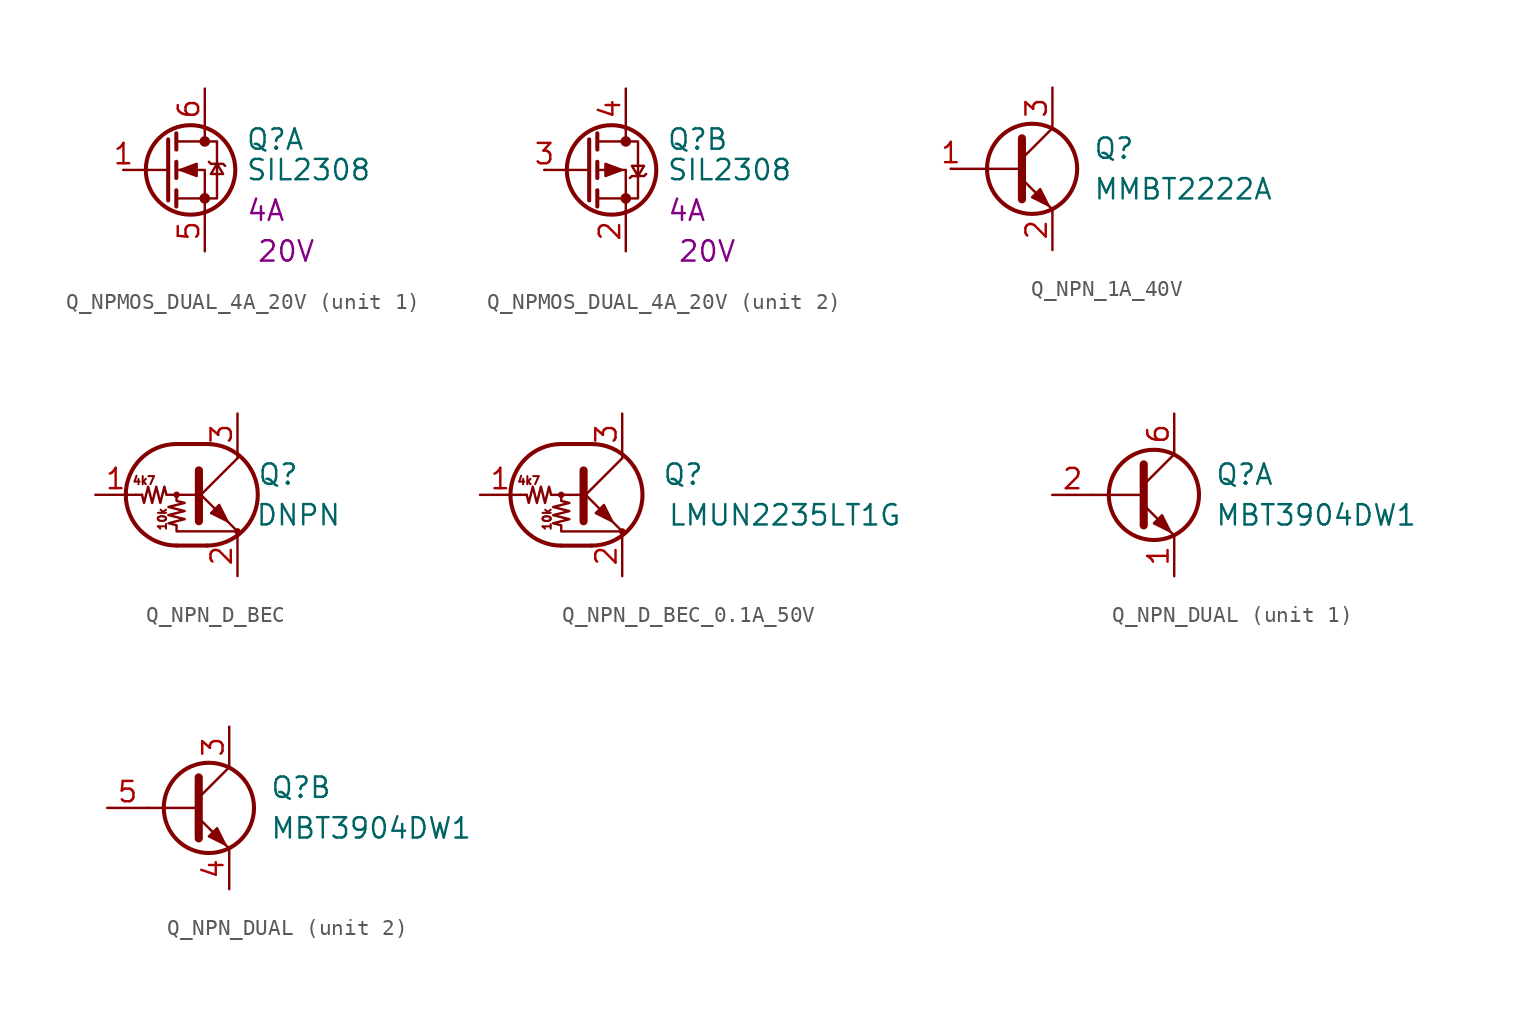
<source format=kicad_sym>
(kicad_symbol_lib
  (version 20231120)
  (generator "kicad_symbol_editor")
  (generator_version "8.0")
  (symbol "Q_NPMOS_DUAL_4A_20V"
    (pin_names hide)
    (property "Reference" "Q"
      (at 5.08 1.905 0)
      (effects (font (size 1.27 1.27)) (justify left)))
    (property "Value" "SIL2308"
      (at 5.08 0 0)
      (effects (font (size 1.27 1.27)) (justify left)))
    (property "IMax" "4A"
      (at 6.35 -2.54 0)
      (effects (font (size 1.27 1.27))))
    (property "VMax" "20V"
      (at 7.62 -5.08 0)
      (effects (font (size 1.27 1.27))))
    (symbol "Q_NPMOS_DUAL_4A_20V_0_1"
      (polyline (pts (xy 0.254 0) (xy -2.54 0)) (stroke (width 0) (type default)) (fill (type none)))
      (polyline (pts (xy 0.254 1.905) (xy 0.254 -1.905)) (stroke (width 0.254) (type default)) (fill (type none)))
      (polyline (pts (xy 0.762 -1.27) (xy 0.762 -2.286)) (stroke (width 0.254) (type default)) (fill (type none)))
      (polyline (pts (xy 0.762 0.508) (xy 0.762 -0.508)) (stroke (width 0.254) (type default)) (fill (type none)))
      (polyline (pts (xy 0.762 2.286) (xy 0.762 1.27)) (stroke (width 0.254) (type default)) (fill (type none)))
      (polyline (pts (xy 2.54 2.54) (xy 2.54 1.778)) (stroke (width 0) (type default)) (fill (type none)))
      (polyline (pts (xy 2.54 -2.54) (xy 2.54 0) (xy 0.762 0)) (stroke (width 0) (type default)) (fill (type none)))
      (polyline (pts (xy 0.762 -1.778) (xy 3.302 -1.778) (xy 3.302 1.778) (xy 0.762 1.778)) (stroke (width 0) (type default)) (fill (type none)))
      (circle (center 1.651 0) (radius 2.794) (stroke (width 0.254) (type default)) (fill (type none)))
      (circle (center 2.54 -1.778) (radius 0.254) (stroke (width 0) (type default)) (fill (type outline)))
      (circle (center 2.54 1.778) (radius 0.254) (stroke (width 0) (type default)) (fill (type outline))))
    (symbol "Q_NPMOS_DUAL_4A_20V_1_1"
      (polyline (pts (xy 1.016 0) (xy 2.032 0.381) (xy 2.032 -0.381) (xy 1.016 0)) (stroke (width 0) (type default)) (fill (type outline)))
      (polyline (pts (xy 2.794 0.508) (xy 2.921 0.381) (xy 3.683 0.381) (xy 3.81 0.254)) (stroke (width 0) (type default)) (fill (type none)))
      (polyline (pts (xy 3.302 0.381) (xy 2.921 -0.254) (xy 3.683 -0.254) (xy 3.302 0.381)) (stroke (width 0) (type default)) (fill (type none)))
      (pin input line (at -2.54 0 0) (length 0) (name "G" (effects (font (size 1.27 1.27)))) (number "1" (effects (font (size 1.27 1.27)))))
      (pin passive line (at 2.54 -5.08 90) (length 2.54) (name "S" (effects (font (size 1.27 1.27)))) (number "5" (effects (font (size 1.27 1.27)))))
      (pin passive line (at 2.54 5.08 270) (length 2.54) (name "D" (effects (font (size 1.27 1.27)))) (number "6" (effects (font (size 1.27 1.27))))))
    (symbol "Q_NPMOS_DUAL_4A_20V_2_1"
      (polyline (pts (xy 2.286 0) (xy 1.27 0.381) (xy 1.27 -0.381) (xy 2.286 0)) (stroke (width 0) (type default)) (fill (type outline)))
      (polyline (pts (xy 2.794 -0.508) (xy 2.921 -0.381) (xy 3.683 -0.381) (xy 3.81 -0.254)) (stroke (width 0) (type default)) (fill (type none)))
      (polyline (pts (xy 3.302 -0.381) (xy 2.921 0.254) (xy 3.683 0.254) (xy 3.302 -0.381)) (stroke (width 0) (type default)) (fill (type none)))
      (pin passive line (at 2.54 -5.08 90) (length 2.54) (name "1" (effects (font (size 1.27 1.27)))) (number "2" (effects (font (size 1.27 1.27)))))
      (pin input line (at -2.54 0 0) (length 0) (name "G" (effects (font (size 1.27 1.27)))) (number "3" (effects (font (size 1.27 1.27)))))
      (pin passive line (at 2.54 5.08 270) (length 2.54) (name "D" (effects (font (size 1.27 1.27)))) (number "4" (effects (font (size 1.27 1.27)))))))
  (symbol "Q_NPN_1A_40V"
    (pin_names
      (offset 0) hide)
    (property "Reference" "Q"
      (at 5.08 1.27 0)
      (effects (font (size 1.27 1.27)) (justify left)))
    (property "Value" "MMBT2222A"
      (at 5.08 -1.27 0)
      (effects (font (size 1.27 1.27)) (justify left)))
    (symbol "Q_NPN_1A_40V_0_1"
      (polyline (pts (xy 0.635 0.635) (xy 2.54 2.54)) (stroke (width 0) (type default)) (fill (type none)))
      (polyline (pts (xy 0.635 -0.635) (xy 2.54 -2.54) (xy 2.54 -2.54)) (stroke (width 0) (type default)) (fill (type none)))
      (polyline (pts (xy 0.635 1.905) (xy 0.635 -1.905) (xy 0.635 -1.905)) (stroke (width 0.508) (type default)) (fill (type none)))
      (polyline (pts (xy 1.27 -1.778) (xy 1.778 -1.27) (xy 2.286 -2.286) (xy 1.27 -1.778) (xy 1.27 -1.778)) (stroke (width 0) (type default)) (fill (type outline))))
    (symbol "Q_NPN_1A_40V_1_1"
      (polyline (pts (xy -3.81 0) (xy 0.635 0)) (stroke (width 0) (type default)) (fill (type none)))
      (circle (center 1.27 0) (radius 2.819) (stroke (width 0.254) (type default)) (fill (type none)))
      (pin input line (at -3.81 0 0) (length 0) (name "B" (effects (font (size 1.27 1.27)))) (number "1" (effects (font (size 1.27 1.27)))))
      (pin passive line (at 2.54 -5.08 90) (length 2.54) (name "E" (effects (font (size 1.27 1.27)))) (number "2" (effects (font (size 1.27 1.27)))))
      (pin passive line (at 2.54 5.08 270) (length 2.54) (name "C" (effects (font (size 1.27 1.27)))) (number "3" (effects (font (size 1.27 1.27)))))))
  (symbol "Q_NPN_D_BEC"
    (pin_names
      (offset 0) hide)
    (property "Reference" "Q"
      (at 5.08 1.27 0)
      (effects (font (size 1.27 1.27))))
    (property "Value" "DNPN"
      (at 6.35 -1.27 0)
      (effects (font (size 1.27 1.27))))
    (symbol "Q_NPN_D_BEC_0_1"
      (circle (center -1.27 0) (radius 0.127) (stroke (width 0) (type default)) (fill (type none)))
      (arc (start -1.27 3.175) (mid -4.4312 0) (end -1.27 -3.175) (stroke (width 0.254) (type default)) (fill (type none)))
      (polyline (pts (xy -3.429 0) (xy -3.81 0)) (stroke (width 0) (type default)) (fill (type none)))
      (polyline (pts (xy -1.27 -3.175) (xy 0.635 -3.175)) (stroke (width 0.254) (type default)) (fill (type none)))
      (polyline (pts (xy -1.27 3.175) (xy 0.635 3.175)) (stroke (width 0.254) (type default)) (fill (type none)))
      (polyline (pts (xy 0 -0.254) (xy 2.54 2.286)) (stroke (width 0) (type default)) (fill (type none)))
      (polyline (pts (xy 0.127 1.524) (xy 0.127 -1.651)) (stroke (width 0.508) (type default)) (fill (type outline)))
      (polyline (pts (xy 2.54 2.286) (xy 2.54 2.54)) (stroke (width 0) (type default)) (fill (type none)))
      (polyline (pts (xy 2.54 -2.286) (xy 0 0.254) (xy 0 0.254)) (stroke (width 0) (type default)) (fill (type none)))
      (polyline (pts (xy 0.889 -1.143) (xy 1.397 -0.635) (xy 1.905 -1.651) (xy 0.889 -1.143)) (stroke (width 0) (type default)) (fill (type outline)))
      (polyline (pts (xy 0 0) (xy -1.905 0) (xy -2.032 0.508) (xy -2.286 -0.508) (xy -2.54 0.508) (xy -2.794 -0.508) (xy -3.048 0.508) (xy -3.302 -0.508) (xy -3.429 0)) (stroke (width 0) (type default)) (fill (type none)))
      (polyline (pts (xy -1.27 0) (xy -1.27 -0.381) (xy -0.762 -0.508) (xy -1.778 -0.762) (xy -0.762 -1.016) (xy -1.778 -1.27) (xy -0.762 -1.524) (xy -1.778 -1.778) (xy -1.27 -1.905) (xy -1.27 -2.286) (xy 2.54 -2.286)) (stroke (width 0) (type default)) (fill (type none)))
      (arc (start 0.635 -3.175) (mid 3.7962 0) (end 0.635 3.175) (stroke (width 0.254) (type default)) (fill (type none)))
      (circle (center 2.54 -2.286) (radius 0.127) (stroke (width 0) (type default)) (fill (type none))))
    (symbol "Q_NPN_D_BEC_1_0"
      (text "10k" (at -2.159 -1.524 900) (effects (font (size 0.508 0.508))))
      (text "4k7" (at -3.302 0.889 0) (effects (font (size 0.508 0.508)))))
    (symbol "Q_NPN_D_BEC_1_1"
      (pin input line (at -6.35 0 0) (length 2.54) (name "B" (effects (font (size 1.27 1.27)))) (number "1" (effects (font (size 1.27 1.27)))))
      (pin passive line (at 2.54 -5.08 90) (length 2.54) (name "E" (effects (font (size 1.27 1.27)))) (number "2" (effects (font (size 1.27 1.27)))))
      (pin passive line (at 2.54 5.08 270) (length 2.54) (name "C" (effects (font (size 1.27 1.27)))) (number "3" (effects (font (size 1.27 1.27)))))))
  (symbol "Q_NPN_D_BEC_0.1A_50V"
    (pin_names
      (offset 0) hide)
    (property "Reference" "Q"
      (at 6.35 1.27 0)
      (effects (font (size 1.27 1.27))))
    (property "Value" "LMUN2235LT1G"
      (at 12.7 -1.27 0)
      (effects (font (size 1.27 1.27))))
    (symbol "Q_NPN_D_BEC_0.1A_50V_0_1"
      (circle (center -1.27 0) (radius 0.127) (stroke (width 0) (type default)) (fill (type none)))
      (arc (start -1.27 3.175) (mid -4.4312 0) (end -1.27 -3.175) (stroke (width 0.254) (type default)) (fill (type none)))
      (polyline (pts (xy -3.429 0) (xy -3.81 0)) (stroke (width 0) (type default)) (fill (type none)))
      (polyline (pts (xy -1.27 -3.175) (xy 0.635 -3.175)) (stroke (width 0.254) (type default)) (fill (type none)))
      (polyline (pts (xy -1.27 3.175) (xy 0.635 3.175)) (stroke (width 0.254) (type default)) (fill (type none)))
      (polyline (pts (xy 0 -0.254) (xy 2.54 2.286)) (stroke (width 0) (type default)) (fill (type none)))
      (polyline (pts (xy 0.127 1.524) (xy 0.127 -1.651)) (stroke (width 0.508) (type default)) (fill (type outline)))
      (polyline (pts (xy 2.54 2.286) (xy 2.54 2.54)) (stroke (width 0) (type default)) (fill (type none)))
      (polyline (pts (xy 2.54 -2.286) (xy 0 0.254) (xy 0 0.254)) (stroke (width 0) (type default)) (fill (type none)))
      (polyline (pts (xy 0.889 -1.143) (xy 1.397 -0.635) (xy 1.905 -1.651) (xy 0.889 -1.143)) (stroke (width 0) (type default)) (fill (type outline)))
      (polyline (pts (xy 0 0) (xy -1.905 0) (xy -2.032 0.508) (xy -2.286 -0.508) (xy -2.54 0.508) (xy -2.794 -0.508) (xy -3.048 0.508) (xy -3.302 -0.508) (xy -3.429 0)) (stroke (width 0) (type default)) (fill (type none)))
      (polyline (pts (xy -1.27 0) (xy -1.27 -0.381) (xy -0.762 -0.508) (xy -1.778 -0.762) (xy -0.762 -1.016) (xy -1.778 -1.27) (xy -0.762 -1.524) (xy -1.778 -1.778) (xy -1.27 -1.905) (xy -1.27 -2.286) (xy 2.54 -2.286)) (stroke (width 0) (type default)) (fill (type none)))
      (arc (start 0.635 -3.175) (mid 3.7962 0) (end 0.635 3.175) (stroke (width 0.254) (type default)) (fill (type none)))
      (circle (center 2.54 -2.286) (radius 0.127) (stroke (width 0) (type default)) (fill (type none))))
    (symbol "Q_NPN_D_BEC_0.1A_50V_1_0"
      (text "10k" (at -2.159 -1.524 900) (effects (font (size 0.508 0.508))))
      (text "4k7" (at -3.302 0.889 0) (effects (font (size 0.508 0.508)))))
    (symbol "Q_NPN_D_BEC_0.1A_50V_1_1"
      (pin input line (at -6.35 0 0) (length 2.54) (name "B" (effects (font (size 1.27 1.27)))) (number "1" (effects (font (size 1.27 1.27)))))
      (pin passive line (at 2.54 -5.08 90) (length 2.54) (name "E" (effects (font (size 1.27 1.27)))) (number "2" (effects (font (size 1.27 1.27)))))
      (pin passive line (at 2.54 5.08 270) (length 2.54) (name "C" (effects (font (size 1.27 1.27)))) (number "3" (effects (font (size 1.27 1.27)))))))
  (symbol "Q_NPN_DUAL"
    (pin_names
      (offset 0) hide)
    (property "Reference" "Q"
      (at 5.08 1.27 0)
      (effects (font (size 1.27 1.27)) (justify left)))
    (property "Value" "MBT3904DW1"
      (at 5.08 -1.27 0)
      (effects (font (size 1.27 1.27)) (justify left)))
    (property "ki_locked" ""
      (at 0 0 0)
      (effects (font (size 1.27 1.27))))
    (symbol "Q_NPN_DUAL_0_1"
      (polyline (pts (xy 0.635 0) (xy -2.54 0)) (stroke (width 0) (type default)) (fill (type none)))
      (polyline (pts (xy 0.635 0.635) (xy 2.54 2.54)) (stroke (width 0) (type default)) (fill (type none)))
      (polyline (pts (xy 0.635 -0.635) (xy 2.54 -2.54) (xy 2.54 -2.54)) (stroke (width 0) (type default)) (fill (type none)))
      (polyline (pts (xy 0.635 1.905) (xy 0.635 -1.905) (xy 0.635 -1.905)) (stroke (width 0.508) (type default)) (fill (type none)))
      (polyline (pts (xy 1.27 -1.778) (xy 1.778 -1.27) (xy 2.286 -2.286) (xy 1.27 -1.778) (xy 1.27 -1.778)) (stroke (width 0) (type default)) (fill (type outline)))
      (circle (center 1.27 0) (radius 2.819) (stroke (width 0.254) (type default)) (fill (type none))))
    (symbol "Q_NPN_DUAL_1_1"
      (pin passive line (at 2.54 -5.08 90) (length 2.54) (name "E1" (effects (font (size 1.27 1.27)))) (number "1" (effects (font (size 1.27 1.27)))))
      (pin input line (at -5.08 0 0) (length 2.54) (name "B1" (effects (font (size 1.27 1.27)))) (number "2" (effects (font (size 1.27 1.27)))))
      (pin passive line (at 2.54 5.08 270) (length 2.54) (name "C1" (effects (font (size 1.27 1.27)))) (number "6" (effects (font (size 1.27 1.27))))))
    (symbol "Q_NPN_DUAL_2_1"
      (pin passive line (at 2.54 5.08 270) (length 2.54) (name "C2" (effects (font (size 1.27 1.27)))) (number "3" (effects (font (size 1.27 1.27)))))
      (pin passive line (at 2.54 -5.08 90) (length 2.54) (name "E2" (effects (font (size 1.27 1.27)))) (number "4" (effects (font (size 1.27 1.27)))))
      (pin input line (at -5.08 0 0) (length 2.54) (name "B2" (effects (font (size 1.27 1.27)))) (number "5" (effects (font (size 1.27 1.27))))))))
</source>
